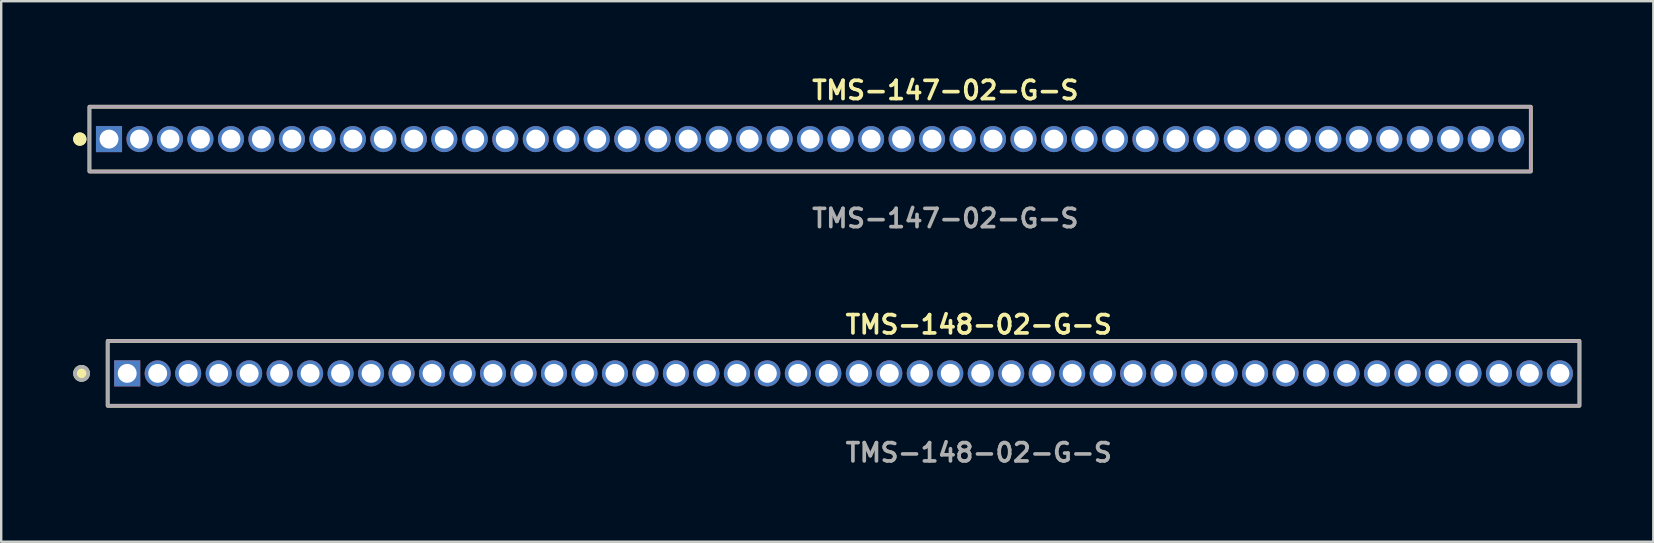
<source format=kicad_pcb>
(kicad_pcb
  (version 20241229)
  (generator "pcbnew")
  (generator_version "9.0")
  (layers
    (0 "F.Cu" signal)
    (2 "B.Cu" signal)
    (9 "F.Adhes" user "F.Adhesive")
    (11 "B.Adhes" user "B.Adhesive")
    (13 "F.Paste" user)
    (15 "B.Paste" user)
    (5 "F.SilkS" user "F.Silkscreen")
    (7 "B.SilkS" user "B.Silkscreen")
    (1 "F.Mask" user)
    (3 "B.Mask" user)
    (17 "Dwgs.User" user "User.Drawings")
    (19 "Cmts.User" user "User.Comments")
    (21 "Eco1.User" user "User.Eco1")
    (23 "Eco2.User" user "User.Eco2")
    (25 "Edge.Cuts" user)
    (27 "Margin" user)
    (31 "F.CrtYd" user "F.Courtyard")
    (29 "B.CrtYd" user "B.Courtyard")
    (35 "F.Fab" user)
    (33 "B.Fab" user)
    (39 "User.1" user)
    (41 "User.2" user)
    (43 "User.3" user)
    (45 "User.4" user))
  (footprint "TMS-147-02-G-S"
    (layer "F.Cu")
    (at 30.701 2.745)
    (property "Reference" "TMS-147-02-G-S" (at 0 -2.032 0) (unlocked yes) (layer "F.SilkS") (effects (font (size 0.762 0.762) (thickness 0.152)) (justify left)))
    (fp_rect (start -30.025 1.35) (end 30.025 -1.35) (stroke (width 0.152) (type solid)) (fill no) (layer "F.SilkS"))
    (fp_circle (center -30.425 0) (end -30.625 0) (stroke (width 0.152) (type solid)) (fill yes) (layer "F.SilkS"))
    (fp_circle (center -30.425 0) (end -30.625 0) (stroke (width 0.152) (type solid)) (fill yes) (layer "F.SilkS"))
    (fp_rect (start -30.025 1.35) (end 30.025 -1.35) (stroke (width 0.006) (type solid)) (fill no) (layer "F.CrtYd"))
    (fp_rect (start -30.025 1.35) (end 30.025 -1.35) (stroke (width 0.152) (type solid)) (fill no) (layer "F.Fab"))
    (fp_text user "${REFERENCE}" (at 0 3.302 0) (unlocked yes) (layer "F.Fab") (effects (font (size 0.762 0.762) (thickness 0.152)) (justify left)))
    (pad "1" thru_hole rect (at -29.21 0) (size 1.087 1.087) (drill 0.787) (layers "*.Cu" "*.Mask"))
    (pad "2" thru_hole circle (at -27.94 0) (size 1.087 1.087) (drill 0.787) (layers "*.Cu" "*.Mask"))
    (pad "3" thru_hole circle (at -26.67 0) (size 1.087 1.087) (drill 0.787) (layers "*.Cu" "*.Mask"))
    (pad "4" thru_hole circle (at -25.4 0) (size 1.087 1.087) (drill 0.787) (layers "*.Cu" "*.Mask"))
    (pad "5" thru_hole circle (at -24.13 0) (size 1.087 1.087) (drill 0.787) (layers "*.Cu" "*.Mask"))
    (pad "6" thru_hole circle (at -22.86 0) (size 1.087 1.087) (drill 0.787) (layers "*.Cu" "*.Mask"))
    (pad "7" thru_hole circle (at -21.59 0) (size 1.087 1.087) (drill 0.787) (layers "*.Cu" "*.Mask"))
    (pad "8" thru_hole circle (at -20.32 0) (size 1.087 1.087) (drill 0.787) (layers "*.Cu" "*.Mask"))
    (pad "9" thru_hole circle (at -19.05 0) (size 1.087 1.087) (drill 0.787) (layers "*.Cu" "*.Mask"))
    (pad "10" thru_hole circle (at -17.78 0) (size 1.087 1.087) (drill 0.787) (layers "*.Cu" "*.Mask"))
    (pad "11" thru_hole circle (at -16.51 0) (size 1.087 1.087) (drill 0.787) (layers "*.Cu" "*.Mask"))
    (pad "12" thru_hole circle (at -15.24 0) (size 1.087 1.087) (drill 0.787) (layers "*.Cu" "*.Mask"))
    (pad "13" thru_hole circle (at -13.97 0) (size 1.087 1.087) (drill 0.787) (layers "*.Cu" "*.Mask"))
    (pad "14" thru_hole circle (at -12.7 0) (size 1.087 1.087) (drill 0.787) (layers "*.Cu" "*.Mask"))
    (pad "15" thru_hole circle (at -11.43 0) (size 1.087 1.087) (drill 0.787) (layers "*.Cu" "*.Mask"))
    (pad "16" thru_hole circle (at -10.16 0) (size 1.087 1.087) (drill 0.787) (layers "*.Cu" "*.Mask"))
    (pad "17" thru_hole circle (at -8.89 0) (size 1.087 1.087) (drill 0.787) (layers "*.Cu" "*.Mask"))
    (pad "18" thru_hole circle (at -7.62 0) (size 1.087 1.087) (drill 0.787) (layers "*.Cu" "*.Mask"))
    (pad "19" thru_hole circle (at -6.35 0) (size 1.087 1.087) (drill 0.787) (layers "*.Cu" "*.Mask"))
    (pad "20" thru_hole circle (at -5.08 0) (size 1.087 1.087) (drill 0.787) (layers "*.Cu" "*.Mask"))
    (pad "21" thru_hole circle (at -3.81 0) (size 1.087 1.087) (drill 0.787) (layers "*.Cu" "*.Mask"))
    (pad "22" thru_hole circle (at -2.54 0) (size 1.087 1.087) (drill 0.787) (layers "*.Cu" "*.Mask"))
    (pad "23" thru_hole circle (at -1.27 0) (size 1.087 1.087) (drill 0.787) (layers "*.Cu" "*.Mask"))
    (pad "24" thru_hole circle (at 0 0) (size 1.087 1.087) (drill 0.787) (layers "*.Cu" "*.Mask"))
    (pad "25" thru_hole circle (at 1.27 0) (size 1.087 1.087) (drill 0.787) (layers "*.Cu" "*.Mask"))
    (pad "26" thru_hole circle (at 2.54 0) (size 1.087 1.087) (drill 0.787) (layers "*.Cu" "*.Mask"))
    (pad "27" thru_hole circle (at 3.81 0) (size 1.087 1.087) (drill 0.787) (layers "*.Cu" "*.Mask"))
    (pad "28" thru_hole circle (at 5.08 0) (size 1.087 1.087) (drill 0.787) (layers "*.Cu" "*.Mask"))
    (pad "29" thru_hole circle (at 6.35 0) (size 1.087 1.087) (drill 0.787) (layers "*.Cu" "*.Mask"))
    (pad "30" thru_hole circle (at 7.62 0) (size 1.087 1.087) (drill 0.787) (layers "*.Cu" "*.Mask"))
    (pad "31" thru_hole circle (at 8.89 0) (size 1.087 1.087) (drill 0.787) (layers "*.Cu" "*.Mask"))
    (pad "32" thru_hole circle (at 10.16 0) (size 1.087 1.087) (drill 0.787) (layers "*.Cu" "*.Mask"))
    (pad "33" thru_hole circle (at 11.43 0) (size 1.087 1.087) (drill 0.787) (layers "*.Cu" "*.Mask"))
    (pad "34" thru_hole circle (at 12.7 0) (size 1.087 1.087) (drill 0.787) (layers "*.Cu" "*.Mask"))
    (pad "35" thru_hole circle (at 13.97 0) (size 1.087 1.087) (drill 0.787) (layers "*.Cu" "*.Mask"))
    (pad "36" thru_hole circle (at 15.24 0) (size 1.087 1.087) (drill 0.787) (layers "*.Cu" "*.Mask"))
    (pad "37" thru_hole circle (at 16.51 0) (size 1.087 1.087) (drill 0.787) (layers "*.Cu" "*.Mask"))
    (pad "38" thru_hole circle (at 17.78 0) (size 1.087 1.087) (drill 0.787) (layers "*.Cu" "*.Mask"))
    (pad "39" thru_hole circle (at 19.05 0) (size 1.087 1.087) (drill 0.787) (layers "*.Cu" "*.Mask"))
    (pad "40" thru_hole circle (at 20.32 0) (size 1.087 1.087) (drill 0.787) (layers "*.Cu" "*.Mask"))
    (pad "41" thru_hole circle (at 21.59 0) (size 1.087 1.087) (drill 0.787) (layers "*.Cu" "*.Mask"))
    (pad "42" thru_hole circle (at 22.86 0) (size 1.087 1.087) (drill 0.787) (layers "*.Cu" "*.Mask"))
    (pad "43" thru_hole circle (at 24.13 0) (size 1.087 1.087) (drill 0.787) (layers "*.Cu" "*.Mask"))
    (pad "44" thru_hole circle (at 25.4 0) (size 1.087 1.087) (drill 0.787) (layers "*.Cu" "*.Mask"))
    (pad "45" thru_hole circle (at 26.67 0) (size 1.087 1.087) (drill 0.787) (layers "*.Cu" "*.Mask"))
    (pad "46" thru_hole circle (at 27.94 0) (size 1.087 1.087) (drill 0.787) (layers "*.Cu" "*.Mask"))
    (pad "47" thru_hole circle (at 29.21 0) (size 1.087 1.087) (drill 0.787) (layers "*.Cu" "*.Mask")))
  (footprint "TMS-148-02-G-S"
    (layer "F.Cu")
    (at 32.095 12.506)
    (property "Reference" "TMS-148-02-G-S" (at 0 -2.032 0) (unlocked yes) (layer "F.SilkS") (effects (font (size 0.762 0.762) (thickness 0.152)) (justify left)))
    (fp_rect (start -30.66 1.35) (end 30.66 -1.35) (stroke (width 0.152) (type solid)) (fill no) (layer "F.SilkS"))
    (fp_circle (center -31.747 0) (end -32.019 0) (stroke (width 0.152) (type solid)) (fill yes) (layer "F.SilkS"))
    (fp_rect (start -30.66 1.35) (end 30.66 -1.35) (stroke (width 0.006) (type solid)) (fill no) (layer "F.CrtYd"))
    (fp_rect (start -30.66 1.35) (end 30.66 -1.35) (stroke (width 0.152) (type solid)) (fill no) (layer "F.Fab"))
    (fp_circle (center -31.747 0) (end -32.019 0) (stroke (width 0.152) (type solid)) (fill no) (layer "F.Fab"))
    (fp_text user "${REFERENCE}" (at 0 3.302 0) (unlocked yes) (layer "F.Fab") (effects (font (size 0.762 0.762) (thickness 0.152)) (justify left)))
    (pad "1" thru_hole rect (at -29.845 0) (size 1.087 1.087) (drill 0.787) (layers "*.Cu" "*.Mask"))
    (pad "2" thru_hole circle (at -28.575 0) (size 1.087 1.087) (drill 0.787) (layers "*.Cu" "*.Mask"))
    (pad "3" thru_hole circle (at -27.305 0) (size 1.087 1.087) (drill 0.787) (layers "*.Cu" "*.Mask"))
    (pad "4" thru_hole circle (at -26.035 0) (size 1.087 1.087) (drill 0.787) (layers "*.Cu" "*.Mask"))
    (pad "5" thru_hole circle (at -24.765 0) (size 1.087 1.087) (drill 0.787) (layers "*.Cu" "*.Mask"))
    (pad "6" thru_hole circle (at -23.495 0) (size 1.087 1.087) (drill 0.787) (layers "*.Cu" "*.Mask"))
    (pad "7" thru_hole circle (at -22.225 0) (size 1.087 1.087) (drill 0.787) (layers "*.Cu" "*.Mask"))
    (pad "8" thru_hole circle (at -20.955 0) (size 1.087 1.087) (drill 0.787) (layers "*.Cu" "*.Mask"))
    (pad "9" thru_hole circle (at -19.685 0) (size 1.087 1.087) (drill 0.787) (layers "*.Cu" "*.Mask"))
    (pad "10" thru_hole circle (at -18.415 0) (size 1.087 1.087) (drill 0.787) (layers "*.Cu" "*.Mask"))
    (pad "11" thru_hole circle (at -17.145 0) (size 1.087 1.087) (drill 0.787) (layers "*.Cu" "*.Mask"))
    (pad "12" thru_hole circle (at -15.875 0) (size 1.087 1.087) (drill 0.787) (layers "*.Cu" "*.Mask"))
    (pad "13" thru_hole circle (at -14.605 0) (size 1.087 1.087) (drill 0.787) (layers "*.Cu" "*.Mask"))
    (pad "14" thru_hole circle (at -13.335 0) (size 1.087 1.087) (drill 0.787) (layers "*.Cu" "*.Mask"))
    (pad "15" thru_hole circle (at -12.065 0) (size 1.087 1.087) (drill 0.787) (layers "*.Cu" "*.Mask"))
    (pad "16" thru_hole circle (at -10.795 0) (size 1.087 1.087) (drill 0.787) (layers "*.Cu" "*.Mask"))
    (pad "17" thru_hole circle (at -9.525 0) (size 1.087 1.087) (drill 0.787) (layers "*.Cu" "*.Mask"))
    (pad "18" thru_hole circle (at -8.255 0) (size 1.087 1.087) (drill 0.787) (layers "*.Cu" "*.Mask"))
    (pad "19" thru_hole circle (at -6.985 0) (size 1.087 1.087) (drill 0.787) (layers "*.Cu" "*.Mask"))
    (pad "20" thru_hole circle (at -5.715 0) (size 1.087 1.087) (drill 0.787) (layers "*.Cu" "*.Mask"))
    (pad "21" thru_hole circle (at -4.445 0) (size 1.087 1.087) (drill 0.787) (layers "*.Cu" "*.Mask"))
    (pad "22" thru_hole circle (at -3.175 0) (size 1.087 1.087) (drill 0.787) (layers "*.Cu" "*.Mask"))
    (pad "23" thru_hole circle (at -1.905 0) (size 1.087 1.087) (drill 0.787) (layers "*.Cu" "*.Mask"))
    (pad "24" thru_hole circle (at -0.635 0) (size 1.087 1.087) (drill 0.787) (layers "*.Cu" "*.Mask"))
    (pad "25" thru_hole circle (at 0.635 0) (size 1.087 1.087) (drill 0.787) (layers "*.Cu" "*.Mask"))
    (pad "26" thru_hole circle (at 1.905 0) (size 1.087 1.087) (drill 0.787) (layers "*.Cu" "*.Mask"))
    (pad "27" thru_hole circle (at 3.175 0) (size 1.087 1.087) (drill 0.787) (layers "*.Cu" "*.Mask"))
    (pad "28" thru_hole circle (at 4.445 0) (size 1.087 1.087) (drill 0.787) (layers "*.Cu" "*.Mask"))
    (pad "29" thru_hole circle (at 5.715 0) (size 1.087 1.087) (drill 0.787) (layers "*.Cu" "*.Mask"))
    (pad "30" thru_hole circle (at 6.985 0) (size 1.087 1.087) (drill 0.787) (layers "*.Cu" "*.Mask"))
    (pad "31" thru_hole circle (at 8.255 0) (size 1.087 1.087) (drill 0.787) (layers "*.Cu" "*.Mask"))
    (pad "32" thru_hole circle (at 9.525 0) (size 1.087 1.087) (drill 0.787) (layers "*.Cu" "*.Mask"))
    (pad "33" thru_hole circle (at 10.795 0) (size 1.087 1.087) (drill 0.787) (layers "*.Cu" "*.Mask"))
    (pad "34" thru_hole circle (at 12.065 0) (size 1.087 1.087) (drill 0.787) (layers "*.Cu" "*.Mask"))
    (pad "35" thru_hole circle (at 13.335 0) (size 1.087 1.087) (drill 0.787) (layers "*.Cu" "*.Mask"))
    (pad "36" thru_hole circle (at 14.605 0) (size 1.087 1.087) (drill 0.787) (layers "*.Cu" "*.Mask"))
    (pad "37" thru_hole circle (at 15.875 0) (size 1.087 1.087) (drill 0.787) (layers "*.Cu" "*.Mask"))
    (pad "38" thru_hole circle (at 17.145 0) (size 1.087 1.087) (drill 0.787) (layers "*.Cu" "*.Mask"))
    (pad "39" thru_hole circle (at 18.415 0) (size 1.087 1.087) (drill 0.787) (layers "*.Cu" "*.Mask"))
    (pad "40" thru_hole circle (at 19.685 0) (size 1.087 1.087) (drill 0.787) (layers "*.Cu" "*.Mask"))
    (pad "41" thru_hole circle (at 20.955 0) (size 1.087 1.087) (drill 0.787) (layers "*.Cu" "*.Mask"))
    (pad "42" thru_hole circle (at 22.225 0) (size 1.087 1.087) (drill 0.787) (layers "*.Cu" "*.Mask"))
    (pad "43" thru_hole circle (at 23.495 0) (size 1.087 1.087) (drill 0.787) (layers "*.Cu" "*.Mask"))
    (pad "44" thru_hole circle (at 24.765 0) (size 1.087 1.087) (drill 0.787) (layers "*.Cu" "*.Mask"))
    (pad "45" thru_hole circle (at 26.035 0) (size 1.087 1.087) (drill 0.787) (layers "*.Cu" "*.Mask"))
    (pad "46" thru_hole circle (at 27.305 0) (size 1.087 1.087) (drill 0.787) (layers "*.Cu" "*.Mask"))
    (pad "47" thru_hole circle (at 28.575 0) (size 1.087 1.087) (drill 0.787) (layers "*.Cu" "*.Mask"))
    (pad "48" thru_hole circle (at 29.845 0) (size 1.087 1.087) (drill 0.787) (layers "*.Cu" "*.Mask")))
  (gr_rect
    (start -3 -3)
    (end 65.832 19.521)
    (stroke (width 0.1) (type default))
    (fill no)
    (layer "Edge.Cuts")))
</source>
